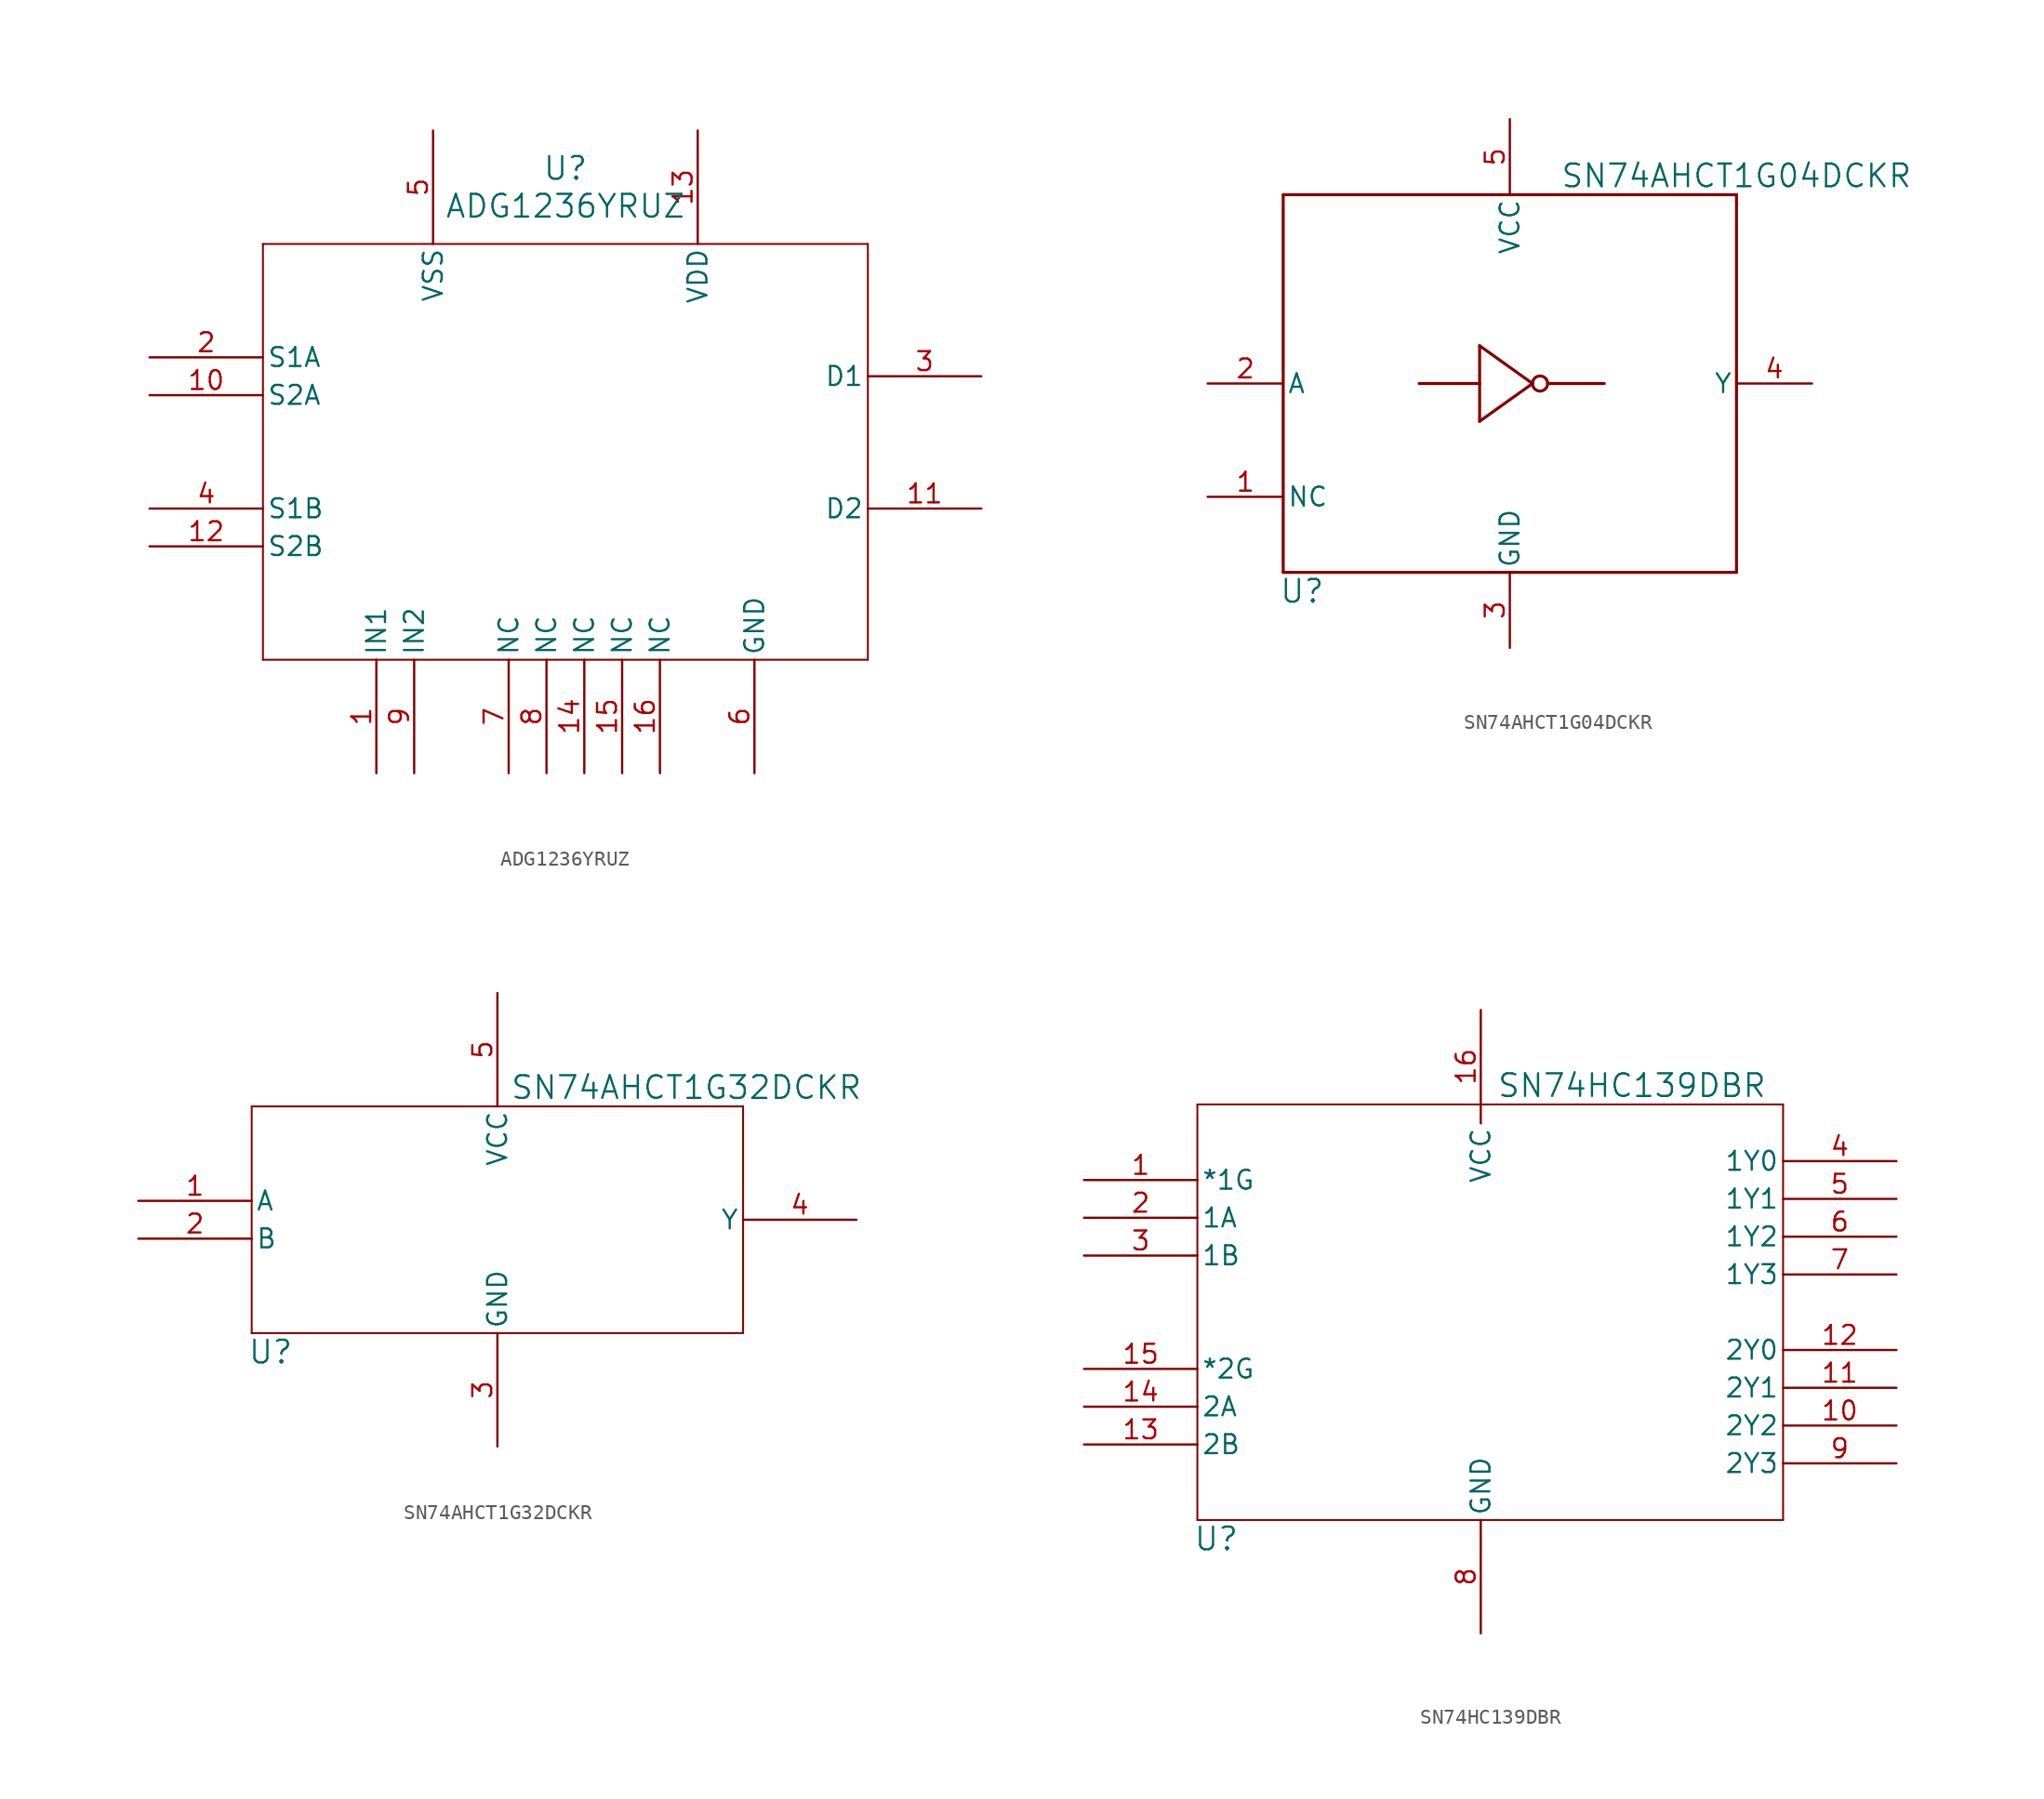
<source format=kicad_sym>
(kicad_symbol_lib
  (version 20211014)
  (generator kicad_symbol_editor)
  (symbol "ADG1236YRUZ"
    (pin_names
      (offset 0.254))
    (property "Reference" "U"
      (at 27.94 10.16 0)
      (effects (font (size 1.524 1.524))))
    (property "Value" "ADG1236YRUZ"
      (at 27.94 7.62 0)
      (effects (font (size 1.524 1.524))))
    (property "ki_locked" ""
      (at 0 0 0)
      (effects (font (size 1.27 1.27))))
    (symbol "ADG1236YRUZ_0_1"
      (polyline (pts (xy 7.62 -22.86) (xy 48.26 -22.86)) (stroke (width 0.127) (type default) (color 0 0 0 0)) (fill (type none)))
      (polyline (pts (xy 7.62 5.08) (xy 7.62 -22.86)) (stroke (width 0.127) (type default) (color 0 0 0 0)) (fill (type none)))
      (polyline (pts (xy 48.26 -22.86) (xy 48.26 5.08)) (stroke (width 0.127) (type default) (color 0 0 0 0)) (fill (type none)))
      (polyline (pts (xy 48.26 5.08) (xy 7.62 5.08)) (stroke (width 0.127) (type default) (color 0 0 0 0)) (fill (type none)))
      (pin unspecified line (at 15.24 -30.48 90) (length 7.62) (name "IN1" (effects (font (size 1.27 1.27)))) (number "1" (effects (font (size 1.27 1.27)))))
      (pin unspecified line (at 0 -5.08 0) (length 7.62) (name "S2A" (effects (font (size 1.27 1.27)))) (number "10" (effects (font (size 1.27 1.27)))))
      (pin unspecified line (at 55.88 -12.7 180) (length 7.62) (name "D2" (effects (font (size 1.27 1.27)))) (number "11" (effects (font (size 1.27 1.27)))))
      (pin unspecified line (at 0 -15.24 0) (length 7.62) (name "S2B" (effects (font (size 1.27 1.27)))) (number "12" (effects (font (size 1.27 1.27)))))
      (pin power_in line (at 36.83 12.7 270) (length 7.62) (name "VDD" (effects (font (size 1.27 1.27)))) (number "13" (effects (font (size 1.27 1.27)))))
      (pin unspecified line (at 29.21 -30.48 90) (length 7.62) (name "NC" (effects (font (size 1.27 1.27)))) (number "14" (effects (font (size 1.27 1.27)))))
      (pin unspecified line (at 31.75 -30.48 90) (length 7.62) (name "NC" (effects (font (size 1.27 1.27)))) (number "15" (effects (font (size 1.27 1.27)))))
      (pin unspecified line (at 34.29 -30.48 90) (length 7.62) (name "NC" (effects (font (size 1.27 1.27)))) (number "16" (effects (font (size 1.27 1.27)))))
      (pin unspecified line (at 0 -2.54 0) (length 7.62) (name "S1A" (effects (font (size 1.27 1.27)))) (number "2" (effects (font (size 1.27 1.27)))))
      (pin unspecified line (at 55.88 -3.81 180) (length 7.62) (name "D1" (effects (font (size 1.27 1.27)))) (number "3" (effects (font (size 1.27 1.27)))))
      (pin unspecified line (at 0 -12.7 0) (length 7.62) (name "S1B" (effects (font (size 1.27 1.27)))) (number "4" (effects (font (size 1.27 1.27)))))
      (pin power_in line (at 19.05 12.7 270) (length 7.62) (name "VSS" (effects (font (size 1.27 1.27)))) (number "5" (effects (font (size 1.27 1.27)))))
      (pin unspecified line (at 40.64 -30.48 90) (length 7.62) (name "GND" (effects (font (size 1.27 1.27)))) (number "6" (effects (font (size 1.27 1.27)))))
      (pin unspecified line (at 24.13 -30.48 90) (length 7.62) (name "NC" (effects (font (size 1.27 1.27)))) (number "7" (effects (font (size 1.27 1.27)))))
      (pin unspecified line (at 26.67 -30.48 90) (length 7.62) (name "NC" (effects (font (size 1.27 1.27)))) (number "8" (effects (font (size 1.27 1.27)))))
      (pin unspecified line (at 17.78 -30.48 90) (length 7.62) (name "IN2" (effects (font (size 1.27 1.27)))) (number "9" (effects (font (size 1.27 1.27)))))))
  (symbol "SN74AHCT1G04DCKR"
    (pin_names
      (offset 0.254))
    (property "Reference" "U"
      (at -13.97 -13.97 0)
      (effects (font (size 1.524 1.524))))
    (property "Value" "SN74AHCT1G04DCKR"
      (at 15.24 13.97 0)
      (effects (font (size 1.524 1.524))))
    (property "ki_locked" ""
      (at 0 0 0)
      (effects (font (size 1.27 1.27))))
    (symbol "SN74AHCT1G04DCKR_0_1"
      (polyline (pts (xy -15.24 -12.7) (xy 15.24 -12.7)) (stroke (width 0.203) (type default) (color 0 0 0 0)) (fill (type none)))
      (polyline (pts (xy -15.24 12.7) (xy -15.24 -12.7)) (stroke (width 0.203) (type default) (color 0 0 0 0)) (fill (type none)))
      (polyline (pts (xy -6.096 0) (xy -2.032 0)) (stroke (width 0.203) (type default) (color 0 0 0 0)) (fill (type none)))
      (polyline (pts (xy -2.032 -2.54) (xy -2.032 0)) (stroke (width 0.203) (type default) (color 0 0 0 0)) (fill (type none)))
      (polyline (pts (xy -2.032 0) (xy -2.032 2.54)) (stroke (width 0.203) (type default) (color 0 0 0 0)) (fill (type none)))
      (polyline (pts (xy -2.032 2.54) (xy 1.524 0)) (stroke (width 0.203) (type default) (color 0 0 0 0)) (fill (type none)))
      (polyline (pts (xy 1.524 0) (xy -2.032 -2.54)) (stroke (width 0.203) (type default) (color 0 0 0 0)) (fill (type none)))
      (polyline (pts (xy 3.81 0) (xy 2.54 0)) (stroke (width 0.203) (type default) (color 0 0 0 0)) (fill (type none)))
      (polyline (pts (xy 3.81 0) (xy 5.08 0)) (stroke (width 0.203) (type default) (color 0 0 0 0)) (fill (type none)))
      (polyline (pts (xy 5.08 0) (xy 6.35 0)) (stroke (width 0.203) (type default) (color 0 0 0 0)) (fill (type none)))
      (polyline (pts (xy 15.24 -12.7) (xy 15.24 12.7)) (stroke (width 0.203) (type default) (color 0 0 0 0)) (fill (type none)))
      (polyline (pts (xy 15.24 12.7) (xy -15.24 12.7)) (stroke (width 0.203) (type default) (color 0 0 0 0)) (fill (type none)))
      (circle (center 2.032 0) (radius 0.508) (stroke (width 0.203) (type default) (color 0 0 0 0)) (fill (type none)))
      (pin unspecified line (at -20.32 -7.62 0) (length 5.08) (name "NC" (effects (font (size 1.27 1.27)))) (number "1" (effects (font (size 1.27 1.27)))))
      (pin input line (at -20.32 0 0) (length 5.08) (name "A" (effects (font (size 1.27 1.27)))) (number "2" (effects (font (size 1.27 1.27)))))
      (pin power_in line (at 0 -17.78 90) (length 5.08) (name "GND" (effects (font (size 1.27 1.27)))) (number "3" (effects (font (size 1.27 1.27)))))
      (pin output line (at 20.32 0 180) (length 5.08) (name "Y" (effects (font (size 1.27 1.27)))) (number "4" (effects (font (size 1.27 1.27)))))
      (pin power_in line (at 0 17.78 270) (length 5.08) (name "VCC" (effects (font (size 1.27 1.27)))) (number "5" (effects (font (size 1.27 1.27)))))))
  (symbol "SN74AHCT1G32DCKR"
    (pin_names
      (offset 0.254))
    (property "Reference" "U"
      (at 8.89 -11.43 0)
      (effects (font (size 1.524 1.524))))
    (property "Value" "SN74AHCT1G32DCKR"
      (at 36.83 6.35 0)
      (effects (font (size 1.524 1.524))))
    (property "ki_locked" ""
      (at 0 0 0)
      (effects (font (size 1.27 1.27))))
    (symbol "SN74AHCT1G32DCKR_0_1"
      (polyline (pts (xy 7.62 -10.16) (xy 40.64 -10.16)) (stroke (width 0.127) (type default) (color 0 0 0 0)) (fill (type none)))
      (polyline (pts (xy 7.62 5.08) (xy 7.62 -10.16)) (stroke (width 0.127) (type default) (color 0 0 0 0)) (fill (type none)))
      (polyline (pts (xy 40.64 -10.16) (xy 40.64 5.08)) (stroke (width 0.127) (type default) (color 0 0 0 0)) (fill (type none)))
      (polyline (pts (xy 40.64 5.08) (xy 7.62 5.08)) (stroke (width 0.127) (type default) (color 0 0 0 0)) (fill (type none)))
      (pin input line (at 0 -1.27 0) (length 7.62) (name "A" (effects (font (size 1.27 1.27)))) (number "1" (effects (font (size 1.27 1.27)))))
      (pin input line (at 0 -3.81 0) (length 7.62) (name "B" (effects (font (size 1.27 1.27)))) (number "2" (effects (font (size 1.27 1.27)))))
      (pin power_in line (at 24.13 -17.78 90) (length 7.62) (name "GND" (effects (font (size 1.27 1.27)))) (number "3" (effects (font (size 1.27 1.27)))))
      (pin output line (at 48.26 -2.54 180) (length 7.62) (name "Y" (effects (font (size 1.27 1.27)))) (number "4" (effects (font (size 1.27 1.27)))))
      (pin power_in line (at 24.13 12.7 270) (length 7.62) (name "VCC" (effects (font (size 1.27 1.27)))) (number "5" (effects (font (size 1.27 1.27)))))))
  (symbol "SN74HC139DBR"
    (pin_names
      (offset 0.254))
    (property "Reference" "U"
      (at 8.89 -24.13 0)
      (effects (font (size 1.524 1.524))))
    (property "Value" "SN74HC139DBR"
      (at 36.83 6.35 0)
      (effects (font (size 1.524 1.524))))
    (property "ki_locked" ""
      (at 0 0 0)
      (effects (font (size 1.27 1.27))))
    (symbol "SN74HC139DBR_0_1"
      (polyline (pts (xy 7.62 -22.86) (xy 46.99 -22.86)) (stroke (width 0.127) (type default) (color 0 0 0 0)) (fill (type none)))
      (polyline (pts (xy 7.62 5.08) (xy 7.62 -22.86)) (stroke (width 0.127) (type default) (color 0 0 0 0)) (fill (type none)))
      (polyline (pts (xy 46.99 -22.86) (xy 46.99 5.08)) (stroke (width 0.127) (type default) (color 0 0 0 0)) (fill (type none)))
      (polyline (pts (xy 46.99 5.08) (xy 7.62 5.08)) (stroke (width 0.127) (type default) (color 0 0 0 0)) (fill (type none)))
      (pin input line (at 0 0 0) (length 7.62) (name "*1G" (effects (font (size 1.27 1.27)))) (number "1" (effects (font (size 1.27 1.27)))))
      (pin output line (at 54.61 -16.51 180) (length 7.62) (name "2Y2" (effects (font (size 1.27 1.27)))) (number "10" (effects (font (size 1.27 1.27)))))
      (pin output line (at 54.61 -13.97 180) (length 7.62) (name "2Y1" (effects (font (size 1.27 1.27)))) (number "11" (effects (font (size 1.27 1.27)))))
      (pin output line (at 54.61 -11.43 180) (length 7.62) (name "2Y0" (effects (font (size 1.27 1.27)))) (number "12" (effects (font (size 1.27 1.27)))))
      (pin input line (at 0 -17.78 0) (length 7.62) (name "2B" (effects (font (size 1.27 1.27)))) (number "13" (effects (font (size 1.27 1.27)))))
      (pin input line (at 0 -15.24 0) (length 7.62) (name "2A" (effects (font (size 1.27 1.27)))) (number "14" (effects (font (size 1.27 1.27)))))
      (pin input line (at 0 -12.7 0) (length 7.62) (name "*2G" (effects (font (size 1.27 1.27)))) (number "15" (effects (font (size 1.27 1.27)))))
      (pin power_in line (at 26.67 11.43 270) (length 7.62) (name "VCC" (effects (font (size 1.27 1.27)))) (number "16" (effects (font (size 1.27 1.27)))))
      (pin input line (at 0 -2.54 0) (length 7.62) (name "1A" (effects (font (size 1.27 1.27)))) (number "2" (effects (font (size 1.27 1.27)))))
      (pin input line (at 0 -5.08 0) (length 7.62) (name "1B" (effects (font (size 1.27 1.27)))) (number "3" (effects (font (size 1.27 1.27)))))
      (pin output line (at 54.61 1.27 180) (length 7.62) (name "1Y0" (effects (font (size 1.27 1.27)))) (number "4" (effects (font (size 1.27 1.27)))))
      (pin output line (at 54.61 -1.27 180) (length 7.62) (name "1Y1" (effects (font (size 1.27 1.27)))) (number "5" (effects (font (size 1.27 1.27)))))
      (pin output line (at 54.61 -3.81 180) (length 7.62) (name "1Y2" (effects (font (size 1.27 1.27)))) (number "6" (effects (font (size 1.27 1.27)))))
      (pin output line (at 54.61 -6.35 180) (length 7.62) (name "1Y3" (effects (font (size 1.27 1.27)))) (number "7" (effects (font (size 1.27 1.27)))))
      (pin power_in line (at 26.67 -30.48 90) (length 7.62) (name "GND" (effects (font (size 1.27 1.27)))) (number "8" (effects (font (size 1.27 1.27)))))
      (pin output line (at 54.61 -19.05 180) (length 7.62) (name "2Y3" (effects (font (size 1.27 1.27)))) (number "9" (effects (font (size 1.27 1.27))))))))
</source>
